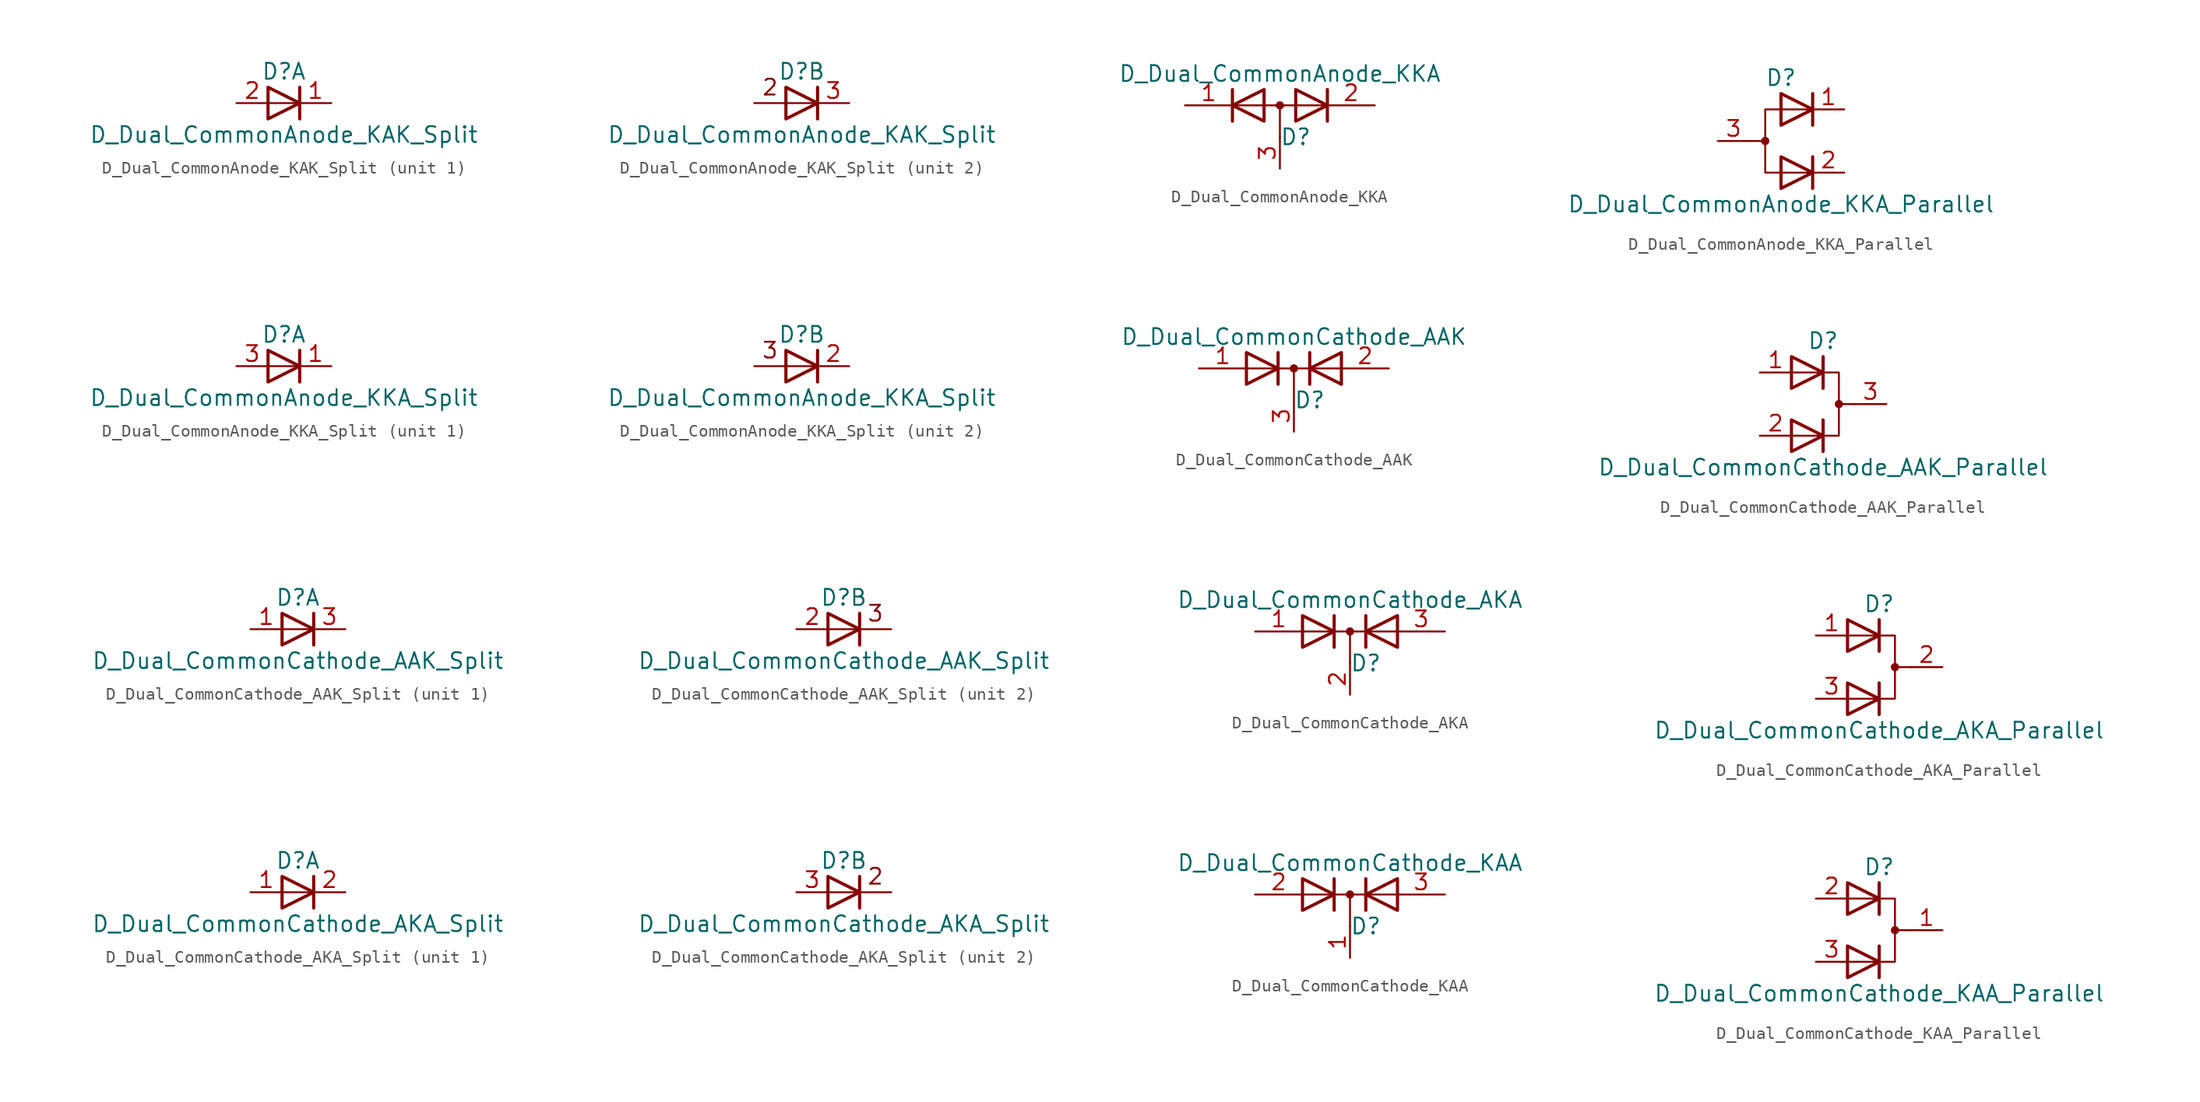
<source format=kicad_sym>
(kicad_symbol_lib
  (version 20201005)
  (generator kicad_symbol_editor)
  (symbol "D_Dual_CommonAnode_KAK_Split"
    (pin_names
      (offset 0.762) hide)
    (property "Reference" "D"
      (at 0 2.54 0)
      (effects (font (size 1.27 1.27))))
    (property "Value" "D_Dual_CommonAnode_KAK_Split"
      (at 0 -2.54 0)
      (effects (font (size 1.27 1.27))))
    (property "ki_locked" ""
      (at 0 0 0)
      (effects (font (size 1.27 1.27))))
    (symbol "D_Dual_CommonAnode_KAK_Split_0_0"
      (polyline (pts (xy 1.27 1.27) (xy 1.27 -1.27)) (stroke (width 0.254)) (fill (type none))))
    (symbol "D_Dual_CommonAnode_KAK_Split_0_1"
      (polyline (pts (xy -1.27 1.27) (xy 1.27 0) (xy -1.27 -1.27) (xy -1.27 1.27) (xy -1.27 1.27) (xy -1.27 1.27)) (stroke (width 0.254)) (fill (type none))))
    (symbol "D_Dual_CommonAnode_KAK_Split_1_1"
      (polyline (pts (xy 1.27 0) (xy -1.27 0)) (stroke (width 0)) (fill (type none)))
      (pin passive line (at 3.81 0 180) (length 2.54) (name "K" (effects (font (size 1.27 1.27)))) (number "1" (effects (font (size 1.27 1.27)))))
      (pin passive line (at -3.81 0 0) (length 2.54) (name "A" (effects (font (size 1.27 1.27)))) (number "2" (effects (font (size 1.27 1.27))))))
    (symbol "D_Dual_CommonAnode_KAK_Split_2_0"
      (text "2" (at -2.54 1.27 0) (effects (font (size 1.27 1.27))))
      (polyline (pts (xy 1.27 0) (xy -3.81 0)) (stroke (width 0)) (fill (type none))))
    (symbol "D_Dual_CommonAnode_KAK_Split_2_1"
      (pin passive line (at 3.81 0 180) (length 2.54) (name "K" (effects (font (size 1.27 1.27)))) (number "3" (effects (font (size 1.27 1.27)))))))
  (symbol "D_Dual_CommonAnode_KKA"
    (pin_names
      (offset 0.762) hide)
    (property "Reference" "D"
      (at 1.27 -2.54 0)
      (effects (font (size 1.27 1.27))))
    (property "Value" "D_Dual_CommonAnode_KKA"
      (at 0 2.54 0)
      (effects (font (size 1.27 1.27))))
    (symbol "D_Dual_CommonAnode_KKA_0_1"
      (circle (center 0 0) (radius 0.254) (stroke (width 0)) (fill (type outline)))
      (polyline (pts (xy -3.81 0) (xy 3.81 0)) (stroke (width 0)) (fill (type none)))
      (polyline (pts (xy 0 0) (xy 0 -2.54)) (stroke (width 0)) (fill (type none)))
      (polyline (pts (xy -3.81 1.27) (xy -3.81 -1.27) (xy -3.81 -1.27)) (stroke (width 0.254)) (fill (type none)))
      (polyline (pts (xy 3.81 1.27) (xy 3.81 -1.27) (xy 3.81 -1.27)) (stroke (width 0.254)) (fill (type none)))
      (polyline (pts (xy -1.27 -1.27) (xy -3.81 0) (xy -1.27 1.27) (xy -1.27 -1.27) (xy -1.27 -1.27) (xy -1.27 -1.27)) (stroke (width 0.254)) (fill (type none)))
      (polyline (pts (xy 1.27 1.27) (xy 3.81 0) (xy 1.27 -1.27) (xy 1.27 1.27) (xy 1.27 1.27) (xy 1.27 1.27)) (stroke (width 0.254)) (fill (type none)))
      (pin passive line (at -7.62 0 0) (length 3.81) (name "K" (effects (font (size 1.27 1.27)))) (number "1" (effects (font (size 1.27 1.27)))))
      (pin passive line (at 7.62 0 180) (length 3.81) (name "K" (effects (font (size 1.27 1.27)))) (number "2" (effects (font (size 1.27 1.27)))))
      (pin passive line (at 0 -5.08 90) (length 2.54) (name "A" (effects (font (size 1.27 1.27)))) (number "3" (effects (font (size 1.27 1.27)))))))
  (symbol "D_Dual_CommonAnode_KKA_Parallel"
    (pin_names
      (offset 0.762) hide)
    (property "Reference" "D"
      (at 0 5.08 0)
      (effects (font (size 1.27 1.27))))
    (property "Value" "D_Dual_CommonAnode_KKA_Parallel"
      (at 0 -5.08 0)
      (effects (font (size 1.27 1.27))))
    (symbol "D_Dual_CommonAnode_KKA_Parallel_0_0"
      (polyline (pts (xy 2.54 -3.81) (xy 2.54 -1.27)) (stroke (width 0.254)) (fill (type none)))
      (polyline (pts (xy 2.54 1.27) (xy 2.54 3.81)) (stroke (width 0.254)) (fill (type none))))
    (symbol "D_Dual_CommonAnode_KKA_Parallel_0_1"
      (circle (center -1.27 0) (radius 0.254) (stroke (width 0)) (fill (type outline)))
      (polyline (pts (xy -1.27 0) (xy -2.54 0)) (stroke (width 0)) (fill (type none)))
      (polyline (pts (xy 2.54 2.54) (xy -1.27 2.54) (xy -1.27 -2.54) (xy 2.54 -2.54)) (stroke (width 0)) (fill (type none)))
      (polyline (pts (xy 0 -1.27) (xy 2.54 -2.54) (xy 0 -3.81) (xy 0 -1.27) (xy 0 -1.27) (xy 0 -1.27)) (stroke (width 0.254)) (fill (type none)))
      (polyline (pts (xy 0 3.81) (xy 2.54 2.54) (xy 0 1.27) (xy 0 3.81) (xy 0 3.81) (xy 0 3.81)) (stroke (width 0.254)) (fill (type none)))
      (pin passive line (at 5.08 2.54 180) (length 2.54) (name "K" (effects (font (size 1.27 1.27)))) (number "1" (effects (font (size 1.27 1.27)))))
      (pin passive line (at 5.08 -2.54 180) (length 2.54) (name "K" (effects (font (size 1.27 1.27)))) (number "2" (effects (font (size 1.27 1.27)))))
      (pin passive line (at -5.08 0 0) (length 2.54) (name "A" (effects (font (size 1.27 1.27)))) (number "3" (effects (font (size 1.27 1.27)))))))
  (symbol "D_Dual_CommonAnode_KKA_Split"
    (pin_names
      (offset 0.762) hide)
    (property "Reference" "D"
      (at 0 2.54 0)
      (effects (font (size 1.27 1.27))))
    (property "Value" "D_Dual_CommonAnode_KKA_Split"
      (at 0 -2.54 0)
      (effects (font (size 1.27 1.27))))
    (property "ki_locked" ""
      (at 0 0 0)
      (effects (font (size 1.27 1.27))))
    (symbol "D_Dual_CommonAnode_KKA_Split_0_0"
      (polyline (pts (xy 1.27 1.27) (xy 1.27 -1.27)) (stroke (width 0.254)) (fill (type none))))
    (symbol "D_Dual_CommonAnode_KKA_Split_0_1"
      (polyline (pts (xy -1.27 1.27) (xy 1.27 0) (xy -1.27 -1.27) (xy -1.27 1.27) (xy -1.27 1.27) (xy -1.27 1.27)) (stroke (width 0.254)) (fill (type none))))
    (symbol "D_Dual_CommonAnode_KKA_Split_1_1"
      (polyline (pts (xy 1.27 0) (xy -1.27 0)) (stroke (width 0)) (fill (type none)))
      (pin passive line (at 3.81 0 180) (length 2.54) (name "K" (effects (font (size 1.27 1.27)))) (number "1" (effects (font (size 1.27 1.27)))))
      (pin passive line (at -3.81 0 0) (length 2.54) (name "A" (effects (font (size 1.27 1.27)))) (number "3" (effects (font (size 1.27 1.27))))))
    (symbol "D_Dual_CommonAnode_KKA_Split_2_0"
      (text "3" (at -2.54 1.27 0) (effects (font (size 1.27 1.27))))
      (polyline (pts (xy 1.27 0) (xy -3.81 0)) (stroke (width 0)) (fill (type none))))
    (symbol "D_Dual_CommonAnode_KKA_Split_2_1"
      (pin passive line (at 3.81 0 180) (length 2.54) (name "K" (effects (font (size 1.27 1.27)))) (number "2" (effects (font (size 1.27 1.27)))))))
  (symbol "D_Dual_CommonCathode_AAK"
    (pin_names
      (offset 0.762) hide)
    (property "Reference" "D"
      (at 1.27 -2.54 0)
      (effects (font (size 1.27 1.27))))
    (property "Value" "D_Dual_CommonCathode_AAK"
      (at 0 2.54 0)
      (effects (font (size 1.27 1.27))))
    (symbol "D_Dual_CommonCathode_AAK_0_1"
      (circle (center 0 0) (radius 0.254) (stroke (width 0)) (fill (type outline)))
      (polyline (pts (xy -3.81 0) (xy 3.81 0)) (stroke (width 0)) (fill (type none)))
      (polyline (pts (xy 0 0) (xy 0 -2.54)) (stroke (width 0)) (fill (type none)))
      (polyline (pts (xy -1.27 -1.27) (xy -1.27 1.27) (xy -1.27 1.27)) (stroke (width 0.254)) (fill (type none)))
      (polyline (pts (xy 1.27 -1.27) (xy 1.27 1.27) (xy 1.27 1.27)) (stroke (width 0.254)) (fill (type none)))
      (polyline (pts (xy -3.81 1.27) (xy -1.27 0) (xy -3.81 -1.27) (xy -3.81 1.27) (xy -3.81 1.27) (xy -3.81 1.27)) (stroke (width 0.254)) (fill (type none)))
      (polyline (pts (xy 3.81 -1.27) (xy 1.27 0) (xy 3.81 1.27) (xy 3.81 -1.27) (xy 3.81 -1.27) (xy 3.81 -1.27)) (stroke (width 0.254)) (fill (type none)))
      (pin passive line (at -7.62 0 0) (length 3.81) (name "A" (effects (font (size 1.27 1.27)))) (number "1" (effects (font (size 1.27 1.27)))))
      (pin passive line (at 7.62 0 180) (length 3.81) (name "A" (effects (font (size 1.27 1.27)))) (number "2" (effects (font (size 1.27 1.27)))))
      (pin passive line (at 0 -5.08 90) (length 2.54) (name "K" (effects (font (size 1.27 1.27)))) (number "3" (effects (font (size 1.27 1.27)))))))
  (symbol "D_Dual_CommonCathode_AAK_Parallel"
    (pin_names
      (offset 0.762) hide)
    (property "Reference" "D"
      (at 0 5.08 0)
      (effects (font (size 1.27 1.27))))
    (property "Value" "D_Dual_CommonCathode_AAK_Parallel"
      (at 0 -5.08 0)
      (effects (font (size 1.27 1.27))))
    (symbol "D_Dual_CommonCathode_AAK_Parallel_0_0"
      (polyline (pts (xy 0 -1.27) (xy 0 -3.81)) (stroke (width 0.254)) (fill (type none)))
      (polyline (pts (xy 0 1.27) (xy 0 3.81)) (stroke (width 0.254)) (fill (type none))))
    (symbol "D_Dual_CommonCathode_AAK_Parallel_0_1"
      (circle (center 1.27 0) (radius 0.254) (stroke (width 0)) (fill (type outline)))
      (polyline (pts (xy 1.27 0) (xy 2.54 0)) (stroke (width 0)) (fill (type none)))
      (polyline (pts (xy -2.54 -2.54) (xy 1.27 -2.54) (xy 1.27 2.54) (xy -2.54 2.54)) (stroke (width 0)) (fill (type none)))
      (polyline (pts (xy -2.54 -1.27) (xy 0 -2.54) (xy -2.54 -3.81) (xy -2.54 -1.27) (xy -2.54 -1.27) (xy -2.54 -1.27)) (stroke (width 0.254)) (fill (type none)))
      (polyline (pts (xy -2.54 3.81) (xy 0 2.54) (xy -2.54 1.27) (xy -2.54 3.81) (xy -2.54 3.81) (xy -2.54 3.81)) (stroke (width 0.254)) (fill (type none)))
      (pin passive line (at -5.08 2.54 0) (length 2.54) (name "K" (effects (font (size 1.27 1.27)))) (number "1" (effects (font (size 1.27 1.27)))))
      (pin passive line (at -5.08 -2.54 0) (length 2.54) (name "K" (effects (font (size 1.27 1.27)))) (number "2" (effects (font (size 1.27 1.27)))))
      (pin passive line (at 5.08 0 180) (length 2.54) (name "A" (effects (font (size 1.27 1.27)))) (number "3" (effects (font (size 1.27 1.27)))))))
  (symbol "D_Dual_CommonCathode_AAK_Split"
    (pin_names
      (offset 0.762) hide)
    (property "Reference" "D"
      (at 0 2.54 0)
      (effects (font (size 1.27 1.27))))
    (property "Value" "D_Dual_CommonCathode_AAK_Split"
      (at 0 -2.54 0)
      (effects (font (size 1.27 1.27))))
    (property "ki_locked" ""
      (at 0 0 0)
      (effects (font (size 1.27 1.27))))
    (symbol "D_Dual_CommonCathode_AAK_Split_0_0"
      (polyline (pts (xy 1.27 1.27) (xy 1.27 -1.27)) (stroke (width 0.254)) (fill (type none))))
    (symbol "D_Dual_CommonCathode_AAK_Split_0_1"
      (polyline (pts (xy -1.27 1.27) (xy 1.27 0) (xy -1.27 -1.27) (xy -1.27 1.27) (xy -1.27 1.27) (xy -1.27 1.27)) (stroke (width 0.254)) (fill (type none))))
    (symbol "D_Dual_CommonCathode_AAK_Split_1_1"
      (polyline (pts (xy 1.27 0) (xy -1.27 0)) (stroke (width 0)) (fill (type none)))
      (pin passive line (at -3.81 0 0) (length 2.54) (name "A" (effects (font (size 1.27 1.27)))) (number "1" (effects (font (size 1.27 1.27)))))
      (pin passive line (at 3.81 0 180) (length 2.54) (name "K" (effects (font (size 1.27 1.27)))) (number "3" (effects (font (size 1.27 1.27))))))
    (symbol "D_Dual_CommonCathode_AAK_Split_2_0"
      (text "3" (at 2.54 1.27 0) (effects (font (size 1.27 1.27))))
      (polyline (pts (xy 3.81 0) (xy -1.27 0)) (stroke (width 0)) (fill (type none))))
    (symbol "D_Dual_CommonCathode_AAK_Split_2_1"
      (pin passive line (at -3.81 0 0) (length 2.54) (name "K" (effects (font (size 1.27 1.27)))) (number "2" (effects (font (size 1.27 1.27)))))))
  (symbol "D_Dual_CommonCathode_AKA"
    (pin_names
      (offset 0.762) hide)
    (property "Reference" "D"
      (at 1.27 -2.54 0)
      (effects (font (size 1.27 1.27))))
    (property "Value" "D_Dual_CommonCathode_AKA"
      (at 0 2.54 0)
      (effects (font (size 1.27 1.27))))
    (symbol "D_Dual_CommonCathode_AKA_0_1"
      (circle (center 0 0) (radius 0.254) (stroke (width 0)) (fill (type outline)))
      (polyline (pts (xy 0 0) (xy 0 -2.54)) (stroke (width 0)) (fill (type none)))
      (polyline (pts (xy 3.81 0) (xy -3.81 0)) (stroke (width 0)) (fill (type none)))
      (polyline (pts (xy -1.27 -1.27) (xy -1.27 1.27) (xy -1.27 1.27)) (stroke (width 0.254)) (fill (type none)))
      (polyline (pts (xy 1.27 -1.27) (xy 1.27 1.27) (xy 1.27 1.27)) (stroke (width 0.254)) (fill (type none)))
      (polyline (pts (xy -3.81 1.27) (xy -1.27 0) (xy -3.81 -1.27) (xy -3.81 1.27) (xy -3.81 1.27) (xy -3.81 1.27)) (stroke (width 0.254)) (fill (type none)))
      (polyline (pts (xy 3.81 -1.27) (xy 1.27 0) (xy 3.81 1.27) (xy 3.81 -1.27) (xy 3.81 -1.27) (xy 3.81 -1.27)) (stroke (width 0.254)) (fill (type none)))
      (pin passive line (at -7.62 0 0) (length 3.81) (name "A" (effects (font (size 1.27 1.27)))) (number "1" (effects (font (size 1.27 1.27)))))
      (pin passive line (at 0 -5.08 90) (length 2.54) (name "K" (effects (font (size 1.27 1.27)))) (number "2" (effects (font (size 1.27 1.27)))))
      (pin passive line (at 7.62 0 180) (length 3.81) (name "A" (effects (font (size 1.27 1.27)))) (number "3" (effects (font (size 1.27 1.27)))))))
  (symbol "D_Dual_CommonCathode_AKA_Parallel"
    (pin_names
      (offset 0.762) hide)
    (property "Reference" "D"
      (at 0 5.08 0)
      (effects (font (size 1.27 1.27))))
    (property "Value" "D_Dual_CommonCathode_AKA_Parallel"
      (at 0 -5.08 0)
      (effects (font (size 1.27 1.27))))
    (symbol "D_Dual_CommonCathode_AKA_Parallel_0_0"
      (polyline (pts (xy 0 -1.27) (xy 0 -3.81)) (stroke (width 0.254)) (fill (type none)))
      (polyline (pts (xy 0 3.81) (xy 0 1.27)) (stroke (width 0.254)) (fill (type none))))
    (symbol "D_Dual_CommonCathode_AKA_Parallel_0_1"
      (circle (center 1.27 0) (radius 0.254) (stroke (width 0)) (fill (type outline)))
      (polyline (pts (xy 1.27 0) (xy 2.54 0)) (stroke (width 0)) (fill (type none)))
      (polyline (pts (xy -2.54 -2.54) (xy 1.27 -2.54) (xy 1.27 2.54) (xy -2.54 2.54)) (stroke (width 0)) (fill (type none)))
      (polyline (pts (xy -2.54 -1.27) (xy 0 -2.54) (xy -2.54 -3.81) (xy -2.54 -1.27) (xy -2.54 -1.27) (xy -2.54 -1.27)) (stroke (width 0.254)) (fill (type none)))
      (polyline (pts (xy -2.54 3.81) (xy 0 2.54) (xy -2.54 1.27) (xy -2.54 3.81) (xy -2.54 3.81) (xy -2.54 3.81)) (stroke (width 0.254)) (fill (type none)))
      (pin passive line (at -5.08 2.54 0) (length 2.54) (name "K" (effects (font (size 1.27 1.27)))) (number "1" (effects (font (size 1.27 1.27)))))
      (pin passive line (at 5.08 0 180) (length 2.54) (name "A" (effects (font (size 1.27 1.27)))) (number "2" (effects (font (size 1.27 1.27)))))
      (pin passive line (at -5.08 -2.54 0) (length 2.54) (name "K" (effects (font (size 1.27 1.27)))) (number "3" (effects (font (size 1.27 1.27)))))))
  (symbol "D_Dual_CommonCathode_AKA_Split"
    (pin_names
      (offset 0.762) hide)
    (property "Reference" "D"
      (at 0 2.54 0)
      (effects (font (size 1.27 1.27))))
    (property "Value" "D_Dual_CommonCathode_AKA_Split"
      (at 0 -2.54 0)
      (effects (font (size 1.27 1.27))))
    (property "ki_locked" ""
      (at 0 0 0)
      (effects (font (size 1.27 1.27))))
    (symbol "D_Dual_CommonCathode_AKA_Split_0_0"
      (polyline (pts (xy 1.27 1.27) (xy 1.27 -1.27)) (stroke (width 0.254)) (fill (type none))))
    (symbol "D_Dual_CommonCathode_AKA_Split_0_1"
      (polyline (pts (xy -1.27 1.27) (xy 1.27 0) (xy -1.27 -1.27) (xy -1.27 1.27) (xy -1.27 1.27) (xy -1.27 1.27)) (stroke (width 0.254)) (fill (type none))))
    (symbol "D_Dual_CommonCathode_AKA_Split_1_1"
      (polyline (pts (xy 1.27 0) (xy -1.27 0)) (stroke (width 0)) (fill (type none)))
      (pin passive line (at -3.81 0 0) (length 2.54) (name "A" (effects (font (size 1.27 1.27)))) (number "1" (effects (font (size 1.27 1.27)))))
      (pin passive line (at 3.81 0 180) (length 2.54) (name "K" (effects (font (size 1.27 1.27)))) (number "2" (effects (font (size 1.27 1.27))))))
    (symbol "D_Dual_CommonCathode_AKA_Split_2_0"
      (text "2" (at 2.54 1.27 0) (effects (font (size 1.27 1.27))))
      (polyline (pts (xy 3.81 0) (xy -1.27 0)) (stroke (width 0)) (fill (type none))))
    (symbol "D_Dual_CommonCathode_AKA_Split_2_1"
      (pin passive line (at -3.81 0 0) (length 2.54) (name "K" (effects (font (size 1.27 1.27)))) (number "3" (effects (font (size 1.27 1.27)))))))
  (symbol "D_Dual_CommonCathode_KAA"
    (pin_names
      (offset 0.762) hide)
    (property "Reference" "D"
      (at 1.27 -2.54 0)
      (effects (font (size 1.27 1.27))))
    (property "Value" "D_Dual_CommonCathode_KAA"
      (at 0 2.54 0)
      (effects (font (size 1.27 1.27))))
    (symbol "D_Dual_CommonCathode_KAA_0_1"
      (circle (center 0 0) (radius 0.254) (stroke (width 0)) (fill (type outline)))
      (polyline (pts (xy -3.81 0) (xy 3.81 0)) (stroke (width 0)) (fill (type none)))
      (polyline (pts (xy 0 0) (xy 0 -2.54)) (stroke (width 0)) (fill (type none)))
      (polyline (pts (xy -1.27 -1.27) (xy -1.27 1.27) (xy -1.27 1.27)) (stroke (width 0.254)) (fill (type none)))
      (polyline (pts (xy 1.27 -1.27) (xy 1.27 1.27) (xy 1.27 1.27)) (stroke (width 0.254)) (fill (type none)))
      (polyline (pts (xy -3.81 1.27) (xy -1.27 0) (xy -3.81 -1.27) (xy -3.81 1.27) (xy -3.81 1.27) (xy -3.81 1.27)) (stroke (width 0.254)) (fill (type none)))
      (polyline (pts (xy 3.81 -1.27) (xy 1.27 0) (xy 3.81 1.27) (xy 3.81 -1.27) (xy 3.81 -1.27) (xy 3.81 -1.27)) (stroke (width 0.254)) (fill (type none)))
      (pin passive line (at 0 -5.08 90) (length 2.54) (name "K" (effects (font (size 1.27 1.27)))) (number "1" (effects (font (size 1.27 1.27)))))
      (pin passive line (at -7.62 0 0) (length 3.81) (name "A" (effects (font (size 1.27 1.27)))) (number "2" (effects (font (size 1.27 1.27)))))
      (pin passive line (at 7.62 0 180) (length 3.81) (name "A" (effects (font (size 1.27 1.27)))) (number "3" (effects (font (size 1.27 1.27)))))))
  (symbol "D_Dual_CommonCathode_KAA_Parallel"
    (pin_names
      (offset 0.762) hide)
    (property "Reference" "D"
      (at 0 5.08 0)
      (effects (font (size 1.27 1.27))))
    (property "Value" "D_Dual_CommonCathode_KAA_Parallel"
      (at 0 -5.08 0)
      (effects (font (size 1.27 1.27))))
    (symbol "D_Dual_CommonCathode_KAA_Parallel_0_0"
      (polyline (pts (xy 0 -1.27) (xy 0 -3.81)) (stroke (width 0.254)) (fill (type none)))
      (polyline (pts (xy 0 3.81) (xy 0 1.27)) (stroke (width 0.254)) (fill (type none))))
    (symbol "D_Dual_CommonCathode_KAA_Parallel_0_1"
      (circle (center 1.27 0) (radius 0.254) (stroke (width 0)) (fill (type outline)))
      (polyline (pts (xy 1.27 0) (xy 2.54 0)) (stroke (width 0)) (fill (type none)))
      (polyline (pts (xy -2.54 -2.54) (xy 1.27 -2.54) (xy 1.27 2.54) (xy -2.54 2.54)) (stroke (width 0)) (fill (type none)))
      (polyline (pts (xy -2.54 -1.27) (xy 0 -2.54) (xy -2.54 -3.81) (xy -2.54 -1.27) (xy -2.54 -1.27) (xy -2.54 -1.27)) (stroke (width 0.254)) (fill (type none)))
      (polyline (pts (xy -2.54 3.81) (xy 0 2.54) (xy -2.54 1.27) (xy -2.54 3.81) (xy -2.54 3.81) (xy -2.54 3.81)) (stroke (width 0.254)) (fill (type none)))
      (pin passive line (at 5.08 0 180) (length 2.54) (name "A" (effects (font (size 1.27 1.27)))) (number "1" (effects (font (size 1.27 1.27)))))
      (pin passive line (at -5.08 2.54 0) (length 2.54) (name "K" (effects (font (size 1.27 1.27)))) (number "2" (effects (font (size 1.27 1.27)))))
      (pin passive line (at -5.08 -2.54 0) (length 2.54) (name "K" (effects (font (size 1.27 1.27)))) (number "3" (effects (font (size 1.27 1.27))))))))
</source>
